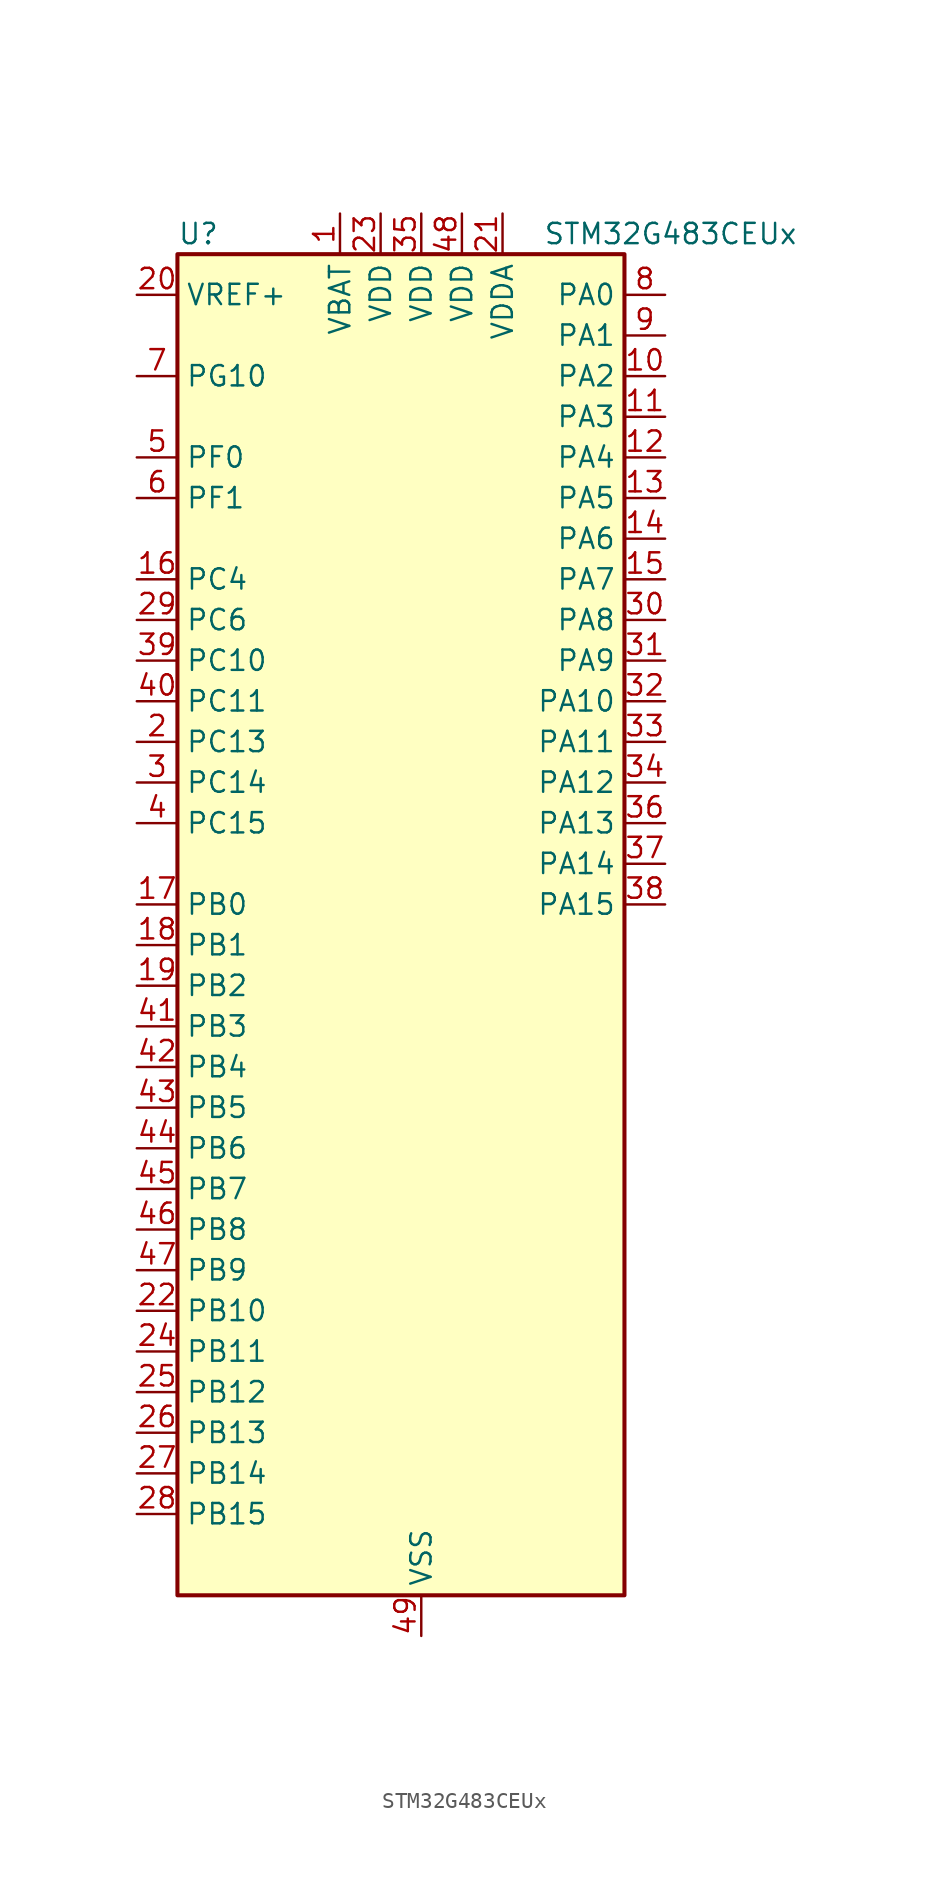
<source format=kicad_sym>
(kicad_symbol_lib
  (version 20220914)
  (generator kicad_symbol_editor)
  (symbol "STM32G483CEUx"
    (property "Reference" "U"
      (at -12.7 44.45 0)
      (effects (font (size 1.27 1.27)) (justify left)))
    (property "Value" "STM32G483CEUx"
      (at 10.16 44.45 0)
      (effects (font (size 1.27 1.27)) (justify left)))
    (property "ki_locked" ""
      (at 0 0 0)
      (effects (font (size 1.27 1.27))))
    (symbol "STM32G483CEUx_0_1"
      (rectangle (start -12.7 -40.64) (end 15.24 43.18) (stroke (width 0.254) (type default)) (fill (type background))))
    (symbol "STM32G483CEUx_1_1"
      (pin power_in line (at -2.54 45.72 270) (length 2.54) (name "VBAT" (effects (font (size 1.27 1.27)))) (number "1" (effects (font (size 1.27 1.27)))))
      (pin bidirectional line (at 17.78 35.56 180) (length 2.54) (name "PA2" (effects (font (size 1.27 1.27)))) (number "10" (effects (font (size 1.27 1.27)))) (alternate "ADC1_IN3" bidirectional line) (alternate "ADC3_EXTI2" bidirectional line) (alternate "ADC4_EXTI2" bidirectional line) (alternate "ADC5_EXTI2" bidirectional line) (alternate "COMP2_INM" bidirectional line) (alternate "COMP2_OUT" bidirectional line) (alternate "LPUART1_TX" bidirectional line) (alternate "OPAMP1_VOUT" bidirectional line) (alternate "QUADSPI1_BK1_NCS" bidirectional line) (alternate "RCC_LSCO" bidirectional line) (alternate "SYS_WKUP4" bidirectional line) (alternate "TIM15_CH1" bidirectional line) (alternate "TIM2_CH3" bidirectional line) (alternate "TIM5_CH3" bidirectional line) (alternate "UCPD1_FRSTX1" bidirectional line) (alternate "UCPD1_FRSTX2" bidirectional line) (alternate "USART2_TX" bidirectional line))
      (pin bidirectional line (at 17.78 33.02 180) (length 2.54) (name "PA3" (effects (font (size 1.27 1.27)))) (number "11" (effects (font (size 1.27 1.27)))) (alternate "ADC1_IN4" bidirectional line) (alternate "ADC3_EXTI3" bidirectional line) (alternate "ADC4_EXTI3" bidirectional line) (alternate "ADC5_EXTI3" bidirectional line) (alternate "COMP2_INP" bidirectional line) (alternate "LPUART1_RX" bidirectional line) (alternate "OPAMP1_VINM" bidirectional line) (alternate "OPAMP1_VINM0" bidirectional line) (alternate "OPAMP1_VINM_SEC" bidirectional line) (alternate "OPAMP1_VINP" bidirectional line) (alternate "OPAMP1_VINP_SEC" bidirectional line) (alternate "OPAMP5_VINM" bidirectional line) (alternate "OPAMP5_VINM1" bidirectional line) (alternate "OPAMP5_VINM_SEC" bidirectional line) (alternate "QUADSPI1_CLK" bidirectional line) (alternate "SAI1_CK1" bidirectional line) (alternate "SAI1_MCLK_A" bidirectional line) (alternate "TIM15_CH2" bidirectional line) (alternate "TIM2_CH4" bidirectional line) (alternate "TIM5_CH4" bidirectional line) (alternate "USART2_RX" bidirectional line))
      (pin bidirectional line (at 17.78 30.48 180) (length 2.54) (name "PA4" (effects (font (size 1.27 1.27)))) (number "12" (effects (font (size 1.27 1.27)))) (alternate "ADC2_IN17" bidirectional line) (alternate "COMP1_INM" bidirectional line) (alternate "DAC1_OUT1" bidirectional line) (alternate "I2S3_WS" bidirectional line) (alternate "SAI1_FS_B" bidirectional line) (alternate "SPI1_NSS" bidirectional line) (alternate "SPI3_NSS" bidirectional line) (alternate "TIM3_CH2" bidirectional line) (alternate "USART2_CK" bidirectional line))
      (pin bidirectional line (at 17.78 27.94 180) (length 2.54) (name "PA5" (effects (font (size 1.27 1.27)))) (number "13" (effects (font (size 1.27 1.27)))) (alternate "ADC2_IN13" bidirectional line) (alternate "COMP2_INM" bidirectional line) (alternate "DAC1_OUT2" bidirectional line) (alternate "OPAMP2_VINM" bidirectional line) (alternate "OPAMP2_VINM0" bidirectional line) (alternate "OPAMP2_VINM_SEC" bidirectional line) (alternate "SPI1_SCK" bidirectional line) (alternate "TIM2_CH1" bidirectional line) (alternate "TIM2_ETR" bidirectional line) (alternate "UCPD1_FRSTX1" bidirectional line) (alternate "UCPD1_FRSTX2" bidirectional line))
      (pin bidirectional line (at 17.78 25.4 180) (length 2.54) (name "PA6" (effects (font (size 1.27 1.27)))) (number "14" (effects (font (size 1.27 1.27)))) (alternate "ADC2_IN3" bidirectional line) (alternate "COMP1_OUT" bidirectional line) (alternate "DAC2_OUT1" bidirectional line) (alternate "LPUART1_CTS" bidirectional line) (alternate "OPAMP2_VOUT" bidirectional line) (alternate "QUADSPI1_BK1_IO3" bidirectional line) (alternate "SPI1_MISO" bidirectional line) (alternate "TIM16_CH1" bidirectional line) (alternate "TIM1_BKIN" bidirectional line) (alternate "TIM3_CH1" bidirectional line) (alternate "TIM8_BKIN" bidirectional line))
      (pin bidirectional line (at 17.78 22.86 180) (length 2.54) (name "PA7" (effects (font (size 1.27 1.27)))) (number "15" (effects (font (size 1.27 1.27)))) (alternate "ADC2_IN4" bidirectional line) (alternate "COMP2_INP" bidirectional line) (alternate "COMP2_OUT" bidirectional line) (alternate "OPAMP1_VINP" bidirectional line) (alternate "OPAMP1_VINP_SEC" bidirectional line) (alternate "OPAMP2_VINP" bidirectional line) (alternate "OPAMP2_VINP_SEC" bidirectional line) (alternate "QUADSPI1_BK1_IO2" bidirectional line) (alternate "SPI1_MOSI" bidirectional line) (alternate "TIM17_CH1" bidirectional line) (alternate "TIM1_CH1N" bidirectional line) (alternate "TIM3_CH2" bidirectional line) (alternate "TIM8_CH1N" bidirectional line) (alternate "UCPD1_FRSTX1" bidirectional line) (alternate "UCPD1_FRSTX2" bidirectional line))
      (pin bidirectional line (at -15.24 22.86 0) (length 2.54) (name "PC4" (effects (font (size 1.27 1.27)))) (number "16" (effects (font (size 1.27 1.27)))) (alternate "ADC2_IN5" bidirectional line) (alternate "I2C2_SCL" bidirectional line) (alternate "QUADSPI1_BK2_IO3" bidirectional line) (alternate "TIM1_ETR" bidirectional line) (alternate "USART1_TX" bidirectional line))
      (pin bidirectional line (at -15.24 2.54 0) (length 2.54) (name "PB0" (effects (font (size 1.27 1.27)))) (number "17" (effects (font (size 1.27 1.27)))) (alternate "ADC1_IN15" bidirectional line) (alternate "ADC3_IN12" bidirectional line) (alternate "COMP4_INP" bidirectional line) (alternate "OPAMP2_VINP" bidirectional line) (alternate "OPAMP2_VINP_SEC" bidirectional line) (alternate "OPAMP3_VINP" bidirectional line) (alternate "OPAMP3_VINP_SEC" bidirectional line) (alternate "QUADSPI1_BK1_IO1" bidirectional line) (alternate "TIM1_CH2N" bidirectional line) (alternate "TIM3_CH3" bidirectional line) (alternate "TIM8_CH2N" bidirectional line) (alternate "UCPD1_FRSTX1" bidirectional line) (alternate "UCPD1_FRSTX2" bidirectional line))
      (pin bidirectional line (at -15.24 0 0) (length 2.54) (name "PB1" (effects (font (size 1.27 1.27)))) (number "18" (effects (font (size 1.27 1.27)))) (alternate "ADC1_IN12" bidirectional line) (alternate "ADC3_IN1" bidirectional line) (alternate "COMP1_INP" bidirectional line) (alternate "COMP4_OUT" bidirectional line) (alternate "LPUART1_DE" bidirectional line) (alternate "LPUART1_RTS" bidirectional line) (alternate "OPAMP3_VOUT" bidirectional line) (alternate "OPAMP6_VINM" bidirectional line) (alternate "OPAMP6_VINM1" bidirectional line) (alternate "OPAMP6_VINM_SEC" bidirectional line) (alternate "QUADSPI1_BK1_IO0" bidirectional line) (alternate "TIM1_CH3N" bidirectional line) (alternate "TIM3_CH4" bidirectional line) (alternate "TIM8_CH3N" bidirectional line))
      (pin bidirectional line (at -15.24 -2.54 0) (length 2.54) (name "PB2" (effects (font (size 1.27 1.27)))) (number "19" (effects (font (size 1.27 1.27)))) (alternate "ADC2_IN12" bidirectional line) (alternate "ADC3_EXTI2" bidirectional line) (alternate "ADC4_EXTI2" bidirectional line) (alternate "ADC5_EXTI2" bidirectional line) (alternate "COMP4_INM" bidirectional line) (alternate "I2C3_SMBA" bidirectional line) (alternate "LPTIM1_OUT" bidirectional line) (alternate "OPAMP3_VINM" bidirectional line) (alternate "OPAMP3_VINM0" bidirectional line) (alternate "OPAMP3_VINM_SEC" bidirectional line) (alternate "QUADSPI1_BK2_IO1" bidirectional line) (alternate "RTC_OUT2" bidirectional line) (alternate "TIM20_CH1" bidirectional line) (alternate "TIM5_CH1" bidirectional line))
      (pin bidirectional line (at -15.24 12.7 0) (length 2.54) (name "PC13" (effects (font (size 1.27 1.27)))) (number "2" (effects (font (size 1.27 1.27)))) (alternate "RTC_OUT1" bidirectional line) (alternate "RTC_TAMP1" bidirectional line) (alternate "RTC_TS" bidirectional line) (alternate "SYS_WKUP2" bidirectional line) (alternate "TIM1_BKIN" bidirectional line) (alternate "TIM1_CH1N" bidirectional line) (alternate "TIM8_CH4N" bidirectional line))
      (pin input line (at -15.24 40.64 0) (length 2.54) (name "VREF+" (effects (font (size 1.27 1.27)))) (number "20" (effects (font (size 1.27 1.27)))) (alternate "VREFBUF_OUT" bidirectional line))
      (pin power_in line (at 7.62 45.72 270) (length 2.54) (name "VDDA" (effects (font (size 1.27 1.27)))) (number "21" (effects (font (size 1.27 1.27)))))
      (pin bidirectional line (at -15.24 -22.86 0) (length 2.54) (name "PB10" (effects (font (size 1.27 1.27)))) (number "22" (effects (font (size 1.27 1.27)))) (alternate "COMP5_INM" bidirectional line) (alternate "DAC1_EXTI10" bidirectional line) (alternate "DAC2_EXTI10" bidirectional line) (alternate "DAC3_EXTI10" bidirectional line) (alternate "DAC4_EXTI10" bidirectional line) (alternate "LPUART1_RX" bidirectional line) (alternate "OPAMP3_VINM" bidirectional line) (alternate "OPAMP3_VINM1" bidirectional line) (alternate "OPAMP3_VINM_SEC" bidirectional line) (alternate "OPAMP4_VINM" bidirectional line) (alternate "OPAMP4_VINM0" bidirectional line) (alternate "OPAMP4_VINM_SEC" bidirectional line) (alternate "QUADSPI1_CLK" bidirectional line) (alternate "SAI1_SCK_A" bidirectional line) (alternate "TIM1_BKIN" bidirectional line) (alternate "TIM2_CH3" bidirectional line) (alternate "USART3_TX" bidirectional line))
      (pin power_in line (at 0 45.72 270) (length 2.54) (name "VDD" (effects (font (size 1.27 1.27)))) (number "23" (effects (font (size 1.27 1.27)))))
      (pin bidirectional line (at -15.24 -25.4 0) (length 2.54) (name "PB11" (effects (font (size 1.27 1.27)))) (number "24" (effects (font (size 1.27 1.27)))) (alternate "ADC1_EXTI11" bidirectional line) (alternate "ADC1_IN14" bidirectional line) (alternate "ADC2_EXTI11" bidirectional line) (alternate "ADC2_IN14" bidirectional line) (alternate "COMP6_INP" bidirectional line) (alternate "LPUART1_TX" bidirectional line) (alternate "OPAMP4_VINP" bidirectional line) (alternate "OPAMP4_VINP_SEC" bidirectional line) (alternate "OPAMP6_VOUT" bidirectional line) (alternate "QUADSPI1_BK1_NCS" bidirectional line) (alternate "TIM2_CH4" bidirectional line) (alternate "USART3_RX" bidirectional line))
      (pin bidirectional line (at -15.24 -27.94 0) (length 2.54) (name "PB12" (effects (font (size 1.27 1.27)))) (number "25" (effects (font (size 1.27 1.27)))) (alternate "ADC1_IN11" bidirectional line) (alternate "ADC4_IN3" bidirectional line) (alternate "COMP7_INM" bidirectional line) (alternate "FDCAN2_RX" bidirectional line) (alternate "I2C2_SMBA" bidirectional line) (alternate "I2S2_WS" bidirectional line) (alternate "LPUART1_DE" bidirectional line) (alternate "LPUART1_RTS" bidirectional line) (alternate "OPAMP4_VOUT" bidirectional line) (alternate "OPAMP6_VINP" bidirectional line) (alternate "OPAMP6_VINP_SEC" bidirectional line) (alternate "SPI2_NSS" bidirectional line) (alternate "TIM1_BKIN" bidirectional line) (alternate "TIM5_ETR" bidirectional line) (alternate "USART3_CK" bidirectional line))
      (pin bidirectional line (at -15.24 -30.48 0) (length 2.54) (name "PB13" (effects (font (size 1.27 1.27)))) (number "26" (effects (font (size 1.27 1.27)))) (alternate "ADC3_IN5" bidirectional line) (alternate "COMP5_INP" bidirectional line) (alternate "FDCAN2_TX" bidirectional line) (alternate "I2S2_CK" bidirectional line) (alternate "LPUART1_CTS" bidirectional line) (alternate "OPAMP3_VINP" bidirectional line) (alternate "OPAMP3_VINP_SEC" bidirectional line) (alternate "OPAMP4_VINP" bidirectional line) (alternate "OPAMP4_VINP_SEC" bidirectional line) (alternate "OPAMP6_VINP" bidirectional line) (alternate "OPAMP6_VINP_SEC" bidirectional line) (alternate "SPI2_SCK" bidirectional line) (alternate "TIM1_CH1N" bidirectional line) (alternate "USART3_CTS" bidirectional line) (alternate "USART3_NSS" bidirectional line))
      (pin bidirectional line (at -15.24 -33.02 0) (length 2.54) (name "PB14" (effects (font (size 1.27 1.27)))) (number "27" (effects (font (size 1.27 1.27)))) (alternate "ADC1_IN5" bidirectional line) (alternate "ADC4_IN4" bidirectional line) (alternate "COMP4_OUT" bidirectional line) (alternate "COMP7_INP" bidirectional line) (alternate "OPAMP2_VINP" bidirectional line) (alternate "OPAMP2_VINP_SEC" bidirectional line) (alternate "OPAMP5_VINP" bidirectional line) (alternate "OPAMP5_VINP_SEC" bidirectional line) (alternate "SPI2_MISO" bidirectional line) (alternate "TIM15_CH1" bidirectional line) (alternate "TIM1_CH2N" bidirectional line) (alternate "USART3_DE" bidirectional line) (alternate "USART3_RTS" bidirectional line))
      (pin bidirectional line (at -15.24 -35.56 0) (length 2.54) (name "PB15" (effects (font (size 1.27 1.27)))) (number "28" (effects (font (size 1.27 1.27)))) (alternate "ADC1_EXTI15" bidirectional line) (alternate "ADC2_EXTI15" bidirectional line) (alternate "ADC2_IN15" bidirectional line) (alternate "ADC4_IN5" bidirectional line) (alternate "COMP3_OUT" bidirectional line) (alternate "COMP6_INM" bidirectional line) (alternate "I2S2_SD" bidirectional line) (alternate "OPAMP5_VINM" bidirectional line) (alternate "OPAMP5_VINM0" bidirectional line) (alternate "OPAMP5_VINM_SEC" bidirectional line) (alternate "RTC_REFIN" bidirectional line) (alternate "SPI2_MOSI" bidirectional line) (alternate "TIM15_CH1N" bidirectional line) (alternate "TIM15_CH2" bidirectional line) (alternate "TIM1_CH3N" bidirectional line))
      (pin bidirectional line (at -15.24 20.32 0) (length 2.54) (name "PC6" (effects (font (size 1.27 1.27)))) (number "29" (effects (font (size 1.27 1.27)))) (alternate "COMP6_OUT" bidirectional line) (alternate "I2C4_SCL" bidirectional line) (alternate "I2S2_MCK" bidirectional line) (alternate "TIM3_CH1" bidirectional line) (alternate "TIM8_CH1" bidirectional line))
      (pin bidirectional line (at -15.24 10.16 0) (length 2.54) (name "PC14" (effects (font (size 1.27 1.27)))) (number "3" (effects (font (size 1.27 1.27)))) (alternate "RCC_OSC32_IN" bidirectional line))
      (pin bidirectional line (at 17.78 20.32 180) (length 2.54) (name "PA8" (effects (font (size 1.27 1.27)))) (number "30" (effects (font (size 1.27 1.27)))) (alternate "ADC5_IN1" bidirectional line) (alternate "COMP7_OUT" bidirectional line) (alternate "FDCAN3_RX" bidirectional line) (alternate "I2C2_SDA" bidirectional line) (alternate "I2C3_SCL" bidirectional line) (alternate "I2S2_MCK" bidirectional line) (alternate "OPAMP5_VOUT" bidirectional line) (alternate "RCC_MCO" bidirectional line) (alternate "SAI1_CK2" bidirectional line) (alternate "SAI1_SCK_A" bidirectional line) (alternate "TIM1_CH1" bidirectional line) (alternate "TIM4_ETR" bidirectional line) (alternate "USART1_CK" bidirectional line))
      (pin bidirectional line (at 17.78 17.78 180) (length 2.54) (name "PA9" (effects (font (size 1.27 1.27)))) (number "31" (effects (font (size 1.27 1.27)))) (alternate "ADC5_IN2" bidirectional line) (alternate "COMP5_OUT" bidirectional line) (alternate "DAC1_EXTI9" bidirectional line) (alternate "DAC2_EXTI9" bidirectional line) (alternate "DAC3_EXTI9" bidirectional line) (alternate "DAC4_EXTI9" bidirectional line) (alternate "I2C2_SCL" bidirectional line) (alternate "I2C3_SMBA" bidirectional line) (alternate "I2S3_MCK" bidirectional line) (alternate "SAI1_FS_A" bidirectional line) (alternate "TIM15_BKIN" bidirectional line) (alternate "TIM1_CH2" bidirectional line) (alternate "TIM2_CH3" bidirectional line) (alternate "UCPD1_DBCC1" bidirectional line) (alternate "USART1_TX" bidirectional line))
      (pin bidirectional line (at 17.78 15.24 180) (length 2.54) (name "PA10" (effects (font (size 1.27 1.27)))) (number "32" (effects (font (size 1.27 1.27)))) (alternate "COMP6_OUT" bidirectional line) (alternate "CRS_SYNC" bidirectional line) (alternate "DAC1_EXTI10" bidirectional line) (alternate "DAC2_EXTI10" bidirectional line) (alternate "DAC3_EXTI10" bidirectional line) (alternate "DAC4_EXTI10" bidirectional line) (alternate "I2C2_SMBA" bidirectional line) (alternate "SAI1_D1" bidirectional line) (alternate "SAI1_SD_A" bidirectional line) (alternate "SPI2_MISO" bidirectional line) (alternate "TIM17_BKIN" bidirectional line) (alternate "TIM1_CH3" bidirectional line) (alternate "TIM2_CH4" bidirectional line) (alternate "TIM8_BKIN" bidirectional line) (alternate "UCPD1_DBCC2" bidirectional line) (alternate "USART1_RX" bidirectional line))
      (pin bidirectional line (at 17.78 12.7 180) (length 2.54) (name "PA11" (effects (font (size 1.27 1.27)))) (number "33" (effects (font (size 1.27 1.27)))) (alternate "ADC1_EXTI11" bidirectional line) (alternate "ADC2_EXTI11" bidirectional line) (alternate "COMP1_OUT" bidirectional line) (alternate "FDCAN1_RX" bidirectional line) (alternate "I2S2_SD" bidirectional line) (alternate "SPI2_MOSI" bidirectional line) (alternate "TIM1_BKIN2" bidirectional line) (alternate "TIM1_CH1N" bidirectional line) (alternate "TIM1_CH4" bidirectional line) (alternate "TIM4_CH1" bidirectional line) (alternate "USART1_CTS" bidirectional line) (alternate "USART1_NSS" bidirectional line) (alternate "USB_DM" bidirectional line))
      (pin bidirectional line (at 17.78 10.16 180) (length 2.54) (name "PA12" (effects (font (size 1.27 1.27)))) (number "34" (effects (font (size 1.27 1.27)))) (alternate "COMP2_OUT" bidirectional line) (alternate "FDCAN1_TX" bidirectional line) (alternate "I2S_CKIN" bidirectional line) (alternate "TIM16_CH1" bidirectional line) (alternate "TIM1_CH2N" bidirectional line) (alternate "TIM1_ETR" bidirectional line) (alternate "TIM4_CH2" bidirectional line) (alternate "USART1_DE" bidirectional line) (alternate "USART1_RTS" bidirectional line) (alternate "USB_DP" bidirectional line))
      (pin power_in line (at 2.54 45.72 270) (length 2.54) (name "VDD" (effects (font (size 1.27 1.27)))) (number "35" (effects (font (size 1.27 1.27)))))
      (pin bidirectional line (at 17.78 7.62 180) (length 2.54) (name "PA13" (effects (font (size 1.27 1.27)))) (number "36" (effects (font (size 1.27 1.27)))) (alternate "I2C1_SCL" bidirectional line) (alternate "I2C4_SCL" bidirectional line) (alternate "IR_OUT" bidirectional line) (alternate "SAI1_SD_B" bidirectional line) (alternate "SYS_JTMS-SWDIO" bidirectional line) (alternate "TIM16_CH1N" bidirectional line) (alternate "TIM4_CH3" bidirectional line) (alternate "USART3_CTS" bidirectional line) (alternate "USART3_NSS" bidirectional line))
      (pin bidirectional line (at 17.78 5.08 180) (length 2.54) (name "PA14" (effects (font (size 1.27 1.27)))) (number "37" (effects (font (size 1.27 1.27)))) (alternate "I2C1_SDA" bidirectional line) (alternate "I2C4_SMBA" bidirectional line) (alternate "LPTIM1_OUT" bidirectional line) (alternate "SAI1_FS_B" bidirectional line) (alternate "SYS_JTCK-SWCLK" bidirectional line) (alternate "TIM1_BKIN" bidirectional line) (alternate "TIM8_CH2" bidirectional line) (alternate "USART2_TX" bidirectional line))
      (pin bidirectional line (at 17.78 2.54 180) (length 2.54) (name "PA15" (effects (font (size 1.27 1.27)))) (number "38" (effects (font (size 1.27 1.27)))) (alternate "ADC1_EXTI15" bidirectional line) (alternate "ADC2_EXTI15" bidirectional line) (alternate "FDCAN3_TX" bidirectional line) (alternate "I2C1_SCL" bidirectional line) (alternate "I2S3_WS" bidirectional line) (alternate "SPI1_NSS" bidirectional line) (alternate "SPI3_NSS" bidirectional line) (alternate "SYS_JTDI" bidirectional line) (alternate "TIM1_BKIN" bidirectional line) (alternate "TIM2_CH1" bidirectional line) (alternate "TIM2_ETR" bidirectional line) (alternate "TIM8_CH1" bidirectional line) (alternate "UART4_DE" bidirectional line) (alternate "UART4_RTS" bidirectional line) (alternate "USART2_RX" bidirectional line))
      (pin bidirectional line (at -15.24 17.78 0) (length 2.54) (name "PC10" (effects (font (size 1.27 1.27)))) (number "39" (effects (font (size 1.27 1.27)))) (alternate "DAC1_EXTI10" bidirectional line) (alternate "DAC2_EXTI10" bidirectional line) (alternate "DAC3_EXTI10" bidirectional line) (alternate "DAC4_EXTI10" bidirectional line) (alternate "I2S3_CK" bidirectional line) (alternate "SPI3_SCK" bidirectional line) (alternate "TIM8_CH1N" bidirectional line) (alternate "UART4_TX" bidirectional line) (alternate "USART3_TX" bidirectional line))
      (pin bidirectional line (at -15.24 7.62 0) (length 2.54) (name "PC15" (effects (font (size 1.27 1.27)))) (number "4" (effects (font (size 1.27 1.27)))) (alternate "ADC1_EXTI15" bidirectional line) (alternate "ADC2_EXTI15" bidirectional line) (alternate "RCC_OSC32_OUT" bidirectional line))
      (pin bidirectional line (at -15.24 15.24 0) (length 2.54) (name "PC11" (effects (font (size 1.27 1.27)))) (number "40" (effects (font (size 1.27 1.27)))) (alternate "ADC1_EXTI11" bidirectional line) (alternate "ADC2_EXTI11" bidirectional line) (alternate "I2C3_SDA" bidirectional line) (alternate "SPI3_MISO" bidirectional line) (alternate "TIM8_CH2N" bidirectional line) (alternate "UART4_RX" bidirectional line) (alternate "USART3_RX" bidirectional line))
      (pin bidirectional line (at -15.24 -5.08 0) (length 2.54) (name "PB3" (effects (font (size 1.27 1.27)))) (number "41" (effects (font (size 1.27 1.27)))) (alternate "ADC3_EXTI3" bidirectional line) (alternate "ADC4_EXTI3" bidirectional line) (alternate "ADC5_EXTI3" bidirectional line) (alternate "CRS_SYNC" bidirectional line) (alternate "FDCAN3_RX" bidirectional line) (alternate "I2S3_CK" bidirectional line) (alternate "SAI1_SCK_B" bidirectional line) (alternate "SPI1_SCK" bidirectional line) (alternate "SPI3_SCK" bidirectional line) (alternate "SYS_JTDO-SWO" bidirectional line) (alternate "TIM2_CH2" bidirectional line) (alternate "TIM3_ETR" bidirectional line) (alternate "TIM4_ETR" bidirectional line) (alternate "TIM8_CH1N" bidirectional line) (alternate "USART2_TX" bidirectional line))
      (pin bidirectional line (at -15.24 -7.62 0) (length 2.54) (name "PB4" (effects (font (size 1.27 1.27)))) (number "42" (effects (font (size 1.27 1.27)))) (alternate "FDCAN3_TX" bidirectional line) (alternate "SAI1_MCLK_B" bidirectional line) (alternate "SPI1_MISO" bidirectional line) (alternate "SPI3_MISO" bidirectional line) (alternate "SYS_JTRST" bidirectional line) (alternate "TIM16_CH1" bidirectional line) (alternate "TIM17_BKIN" bidirectional line) (alternate "TIM3_CH1" bidirectional line) (alternate "TIM8_CH2N" bidirectional line) (alternate "UCPD1_CC2" bidirectional line) (alternate "USART2_RX" bidirectional line))
      (pin bidirectional line (at -15.24 -10.16 0) (length 2.54) (name "PB5" (effects (font (size 1.27 1.27)))) (number "43" (effects (font (size 1.27 1.27)))) (alternate "FDCAN2_RX" bidirectional line) (alternate "I2C1_SMBA" bidirectional line) (alternate "I2C3_SDA" bidirectional line) (alternate "I2S3_SD" bidirectional line) (alternate "LPTIM1_IN1" bidirectional line) (alternate "SAI1_SD_B" bidirectional line) (alternate "SPI1_MOSI" bidirectional line) (alternate "SPI3_MOSI" bidirectional line) (alternate "TIM16_BKIN" bidirectional line) (alternate "TIM17_CH1" bidirectional line) (alternate "TIM3_CH2" bidirectional line) (alternate "TIM8_CH3N" bidirectional line) (alternate "USART2_CK" bidirectional line))
      (pin bidirectional line (at -15.24 -12.7 0) (length 2.54) (name "PB6" (effects (font (size 1.27 1.27)))) (number "44" (effects (font (size 1.27 1.27)))) (alternate "COMP4_OUT" bidirectional line) (alternate "FDCAN2_TX" bidirectional line) (alternate "LPTIM1_ETR" bidirectional line) (alternate "SAI1_FS_B" bidirectional line) (alternate "TIM16_CH1N" bidirectional line) (alternate "TIM4_CH1" bidirectional line) (alternate "TIM8_BKIN2" bidirectional line) (alternate "TIM8_CH1" bidirectional line) (alternate "TIM8_ETR" bidirectional line) (alternate "UCPD1_CC1" bidirectional line) (alternate "USART1_TX" bidirectional line))
      (pin bidirectional line (at -15.24 -15.24 0) (length 2.54) (name "PB7" (effects (font (size 1.27 1.27)))) (number "45" (effects (font (size 1.27 1.27)))) (alternate "COMP3_OUT" bidirectional line) (alternate "I2C1_SDA" bidirectional line) (alternate "I2C4_SDA" bidirectional line) (alternate "LPTIM1_IN2" bidirectional line) (alternate "SYS_PVD_IN" bidirectional line) (alternate "TIM17_CH1N" bidirectional line) (alternate "TIM3_CH4" bidirectional line) (alternate "TIM4_CH2" bidirectional line) (alternate "TIM8_BKIN" bidirectional line) (alternate "UART4_CTS" bidirectional line) (alternate "USART1_RX" bidirectional line))
      (pin bidirectional line (at -15.24 -17.78 0) (length 2.54) (name "PB8" (effects (font (size 1.27 1.27)))) (number "46" (effects (font (size 1.27 1.27)))) (alternate "COMP1_OUT" bidirectional line) (alternate "FDCAN1_RX" bidirectional line) (alternate "I2C1_SCL" bidirectional line) (alternate "SAI1_CK1" bidirectional line) (alternate "SAI1_MCLK_A" bidirectional line) (alternate "TIM16_CH1" bidirectional line) (alternate "TIM1_BKIN" bidirectional line) (alternate "TIM4_CH3" bidirectional line) (alternate "TIM8_CH2" bidirectional line) (alternate "USART3_RX" bidirectional line))
      (pin bidirectional line (at -15.24 -20.32 0) (length 2.54) (name "PB9" (effects (font (size 1.27 1.27)))) (number "47" (effects (font (size 1.27 1.27)))) (alternate "COMP2_OUT" bidirectional line) (alternate "DAC1_EXTI9" bidirectional line) (alternate "DAC2_EXTI9" bidirectional line) (alternate "DAC3_EXTI9" bidirectional line) (alternate "DAC4_EXTI9" bidirectional line) (alternate "FDCAN1_TX" bidirectional line) (alternate "I2C1_SDA" bidirectional line) (alternate "IR_OUT" bidirectional line) (alternate "SAI1_D2" bidirectional line) (alternate "SAI1_FS_A" bidirectional line) (alternate "TIM17_CH1" bidirectional line) (alternate "TIM1_CH3N" bidirectional line) (alternate "TIM4_CH4" bidirectional line) (alternate "TIM8_CH3" bidirectional line) (alternate "USART3_TX" bidirectional line))
      (pin power_in line (at 5.08 45.72 270) (length 2.54) (name "VDD" (effects (font (size 1.27 1.27)))) (number "48" (effects (font (size 1.27 1.27)))))
      (pin power_in line (at 2.54 -43.18 90) (length 2.54) (name "VSS" (effects (font (size 1.27 1.27)))) (number "49" (effects (font (size 1.27 1.27)))))
      (pin bidirectional line (at -15.24 30.48 0) (length 2.54) (name "PF0" (effects (font (size 1.27 1.27)))) (number "5" (effects (font (size 1.27 1.27)))) (alternate "ADC1_IN10" bidirectional line) (alternate "I2C2_SDA" bidirectional line) (alternate "I2S2_WS" bidirectional line) (alternate "RCC_OSC_IN" bidirectional line) (alternate "SPI2_NSS" bidirectional line) (alternate "TIM1_CH3N" bidirectional line))
      (pin bidirectional line (at -15.24 27.94 0) (length 2.54) (name "PF1" (effects (font (size 1.27 1.27)))) (number "6" (effects (font (size 1.27 1.27)))) (alternate "ADC2_IN10" bidirectional line) (alternate "COMP3_INM" bidirectional line) (alternate "I2S2_CK" bidirectional line) (alternate "RCC_OSC_OUT" bidirectional line) (alternate "SPI2_SCK" bidirectional line))
      (pin bidirectional line (at -15.24 35.56 0) (length 2.54) (name "PG10" (effects (font (size 1.27 1.27)))) (number "7" (effects (font (size 1.27 1.27)))) (alternate "DAC1_EXTI10" bidirectional line) (alternate "DAC2_EXTI10" bidirectional line) (alternate "DAC3_EXTI10" bidirectional line) (alternate "DAC4_EXTI10" bidirectional line) (alternate "RCC_MCO" bidirectional line))
      (pin bidirectional line (at 17.78 40.64 180) (length 2.54) (name "PA0" (effects (font (size 1.27 1.27)))) (number "8" (effects (font (size 1.27 1.27)))) (alternate "ADC1_IN1" bidirectional line) (alternate "ADC2_IN1" bidirectional line) (alternate "COMP1_INM" bidirectional line) (alternate "COMP1_OUT" bidirectional line) (alternate "COMP3_INP" bidirectional line) (alternate "RTC_TAMP2" bidirectional line) (alternate "SYS_WKUP1" bidirectional line) (alternate "TIM2_CH1" bidirectional line) (alternate "TIM2_ETR" bidirectional line) (alternate "TIM5_CH1" bidirectional line) (alternate "TIM8_BKIN" bidirectional line) (alternate "TIM8_ETR" bidirectional line) (alternate "USART2_CTS" bidirectional line) (alternate "USART2_NSS" bidirectional line))
      (pin bidirectional line (at 17.78 38.1 180) (length 2.54) (name "PA1" (effects (font (size 1.27 1.27)))) (number "9" (effects (font (size 1.27 1.27)))) (alternate "ADC1_IN2" bidirectional line) (alternate "ADC2_IN2" bidirectional line) (alternate "COMP1_INP" bidirectional line) (alternate "OPAMP1_VINP" bidirectional line) (alternate "OPAMP1_VINP_SEC" bidirectional line) (alternate "OPAMP3_VINP" bidirectional line) (alternate "OPAMP3_VINP_SEC" bidirectional line) (alternate "OPAMP6_VINM" bidirectional line) (alternate "OPAMP6_VINM0" bidirectional line) (alternate "OPAMP6_VINM_SEC" bidirectional line) (alternate "RTC_REFIN" bidirectional line) (alternate "TIM15_CH1N" bidirectional line) (alternate "TIM2_CH2" bidirectional line) (alternate "TIM5_CH2" bidirectional line) (alternate "USART2_DE" bidirectional line) (alternate "USART2_RTS" bidirectional line)))))
</source>
